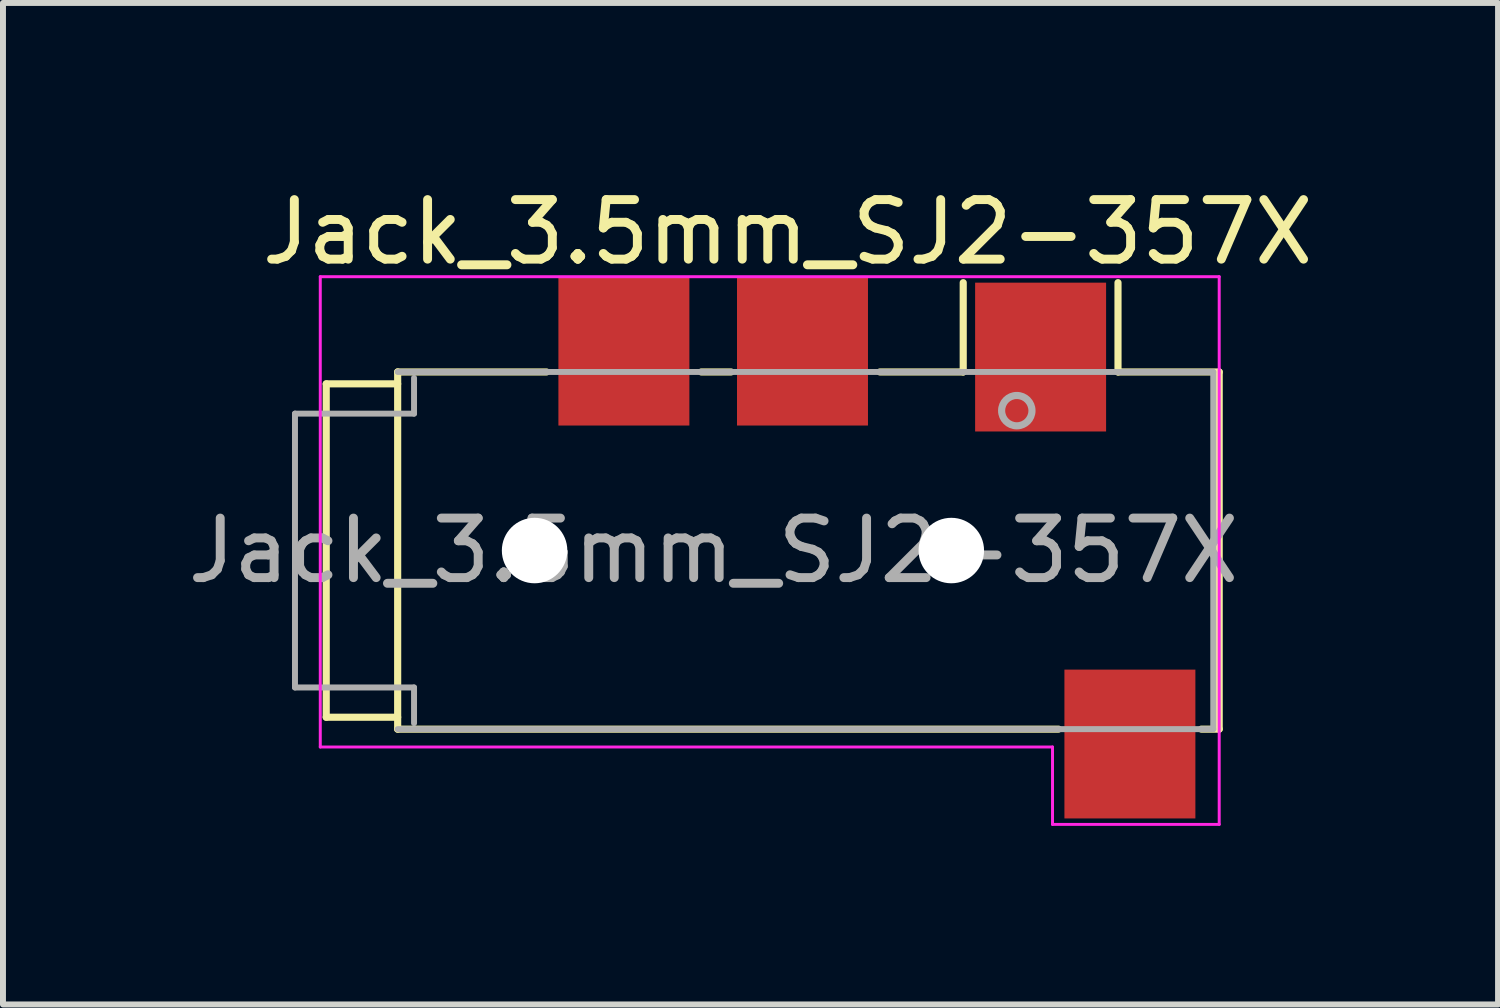
<source format=kicad_pcb>
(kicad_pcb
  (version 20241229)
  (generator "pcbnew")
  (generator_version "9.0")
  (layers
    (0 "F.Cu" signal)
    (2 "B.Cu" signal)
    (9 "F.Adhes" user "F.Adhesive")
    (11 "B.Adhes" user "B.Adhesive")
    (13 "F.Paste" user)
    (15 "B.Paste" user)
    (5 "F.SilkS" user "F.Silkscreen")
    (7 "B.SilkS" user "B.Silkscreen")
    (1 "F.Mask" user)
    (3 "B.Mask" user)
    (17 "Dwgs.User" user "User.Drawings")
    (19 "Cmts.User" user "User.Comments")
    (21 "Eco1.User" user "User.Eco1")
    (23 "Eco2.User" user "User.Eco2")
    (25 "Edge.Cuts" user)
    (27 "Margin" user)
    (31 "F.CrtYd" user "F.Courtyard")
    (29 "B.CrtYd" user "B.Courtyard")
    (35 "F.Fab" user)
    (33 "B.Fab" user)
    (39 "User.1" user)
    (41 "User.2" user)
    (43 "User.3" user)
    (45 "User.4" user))
  (footprint "Jack_3.5mm_SJ2-357X"
    (layer "F.Cu")
    (at 3.63 6.198)
    (property "Reference" "Jack_3.5mm_SJ2-357X" (at 6.55 -5.35 0) (layer "F.SilkS") (effects (font (size 1 1) (thickness 0.15))))
    (attr smd)
    (fp_line (start -1.2 -2.8) (end -1.2 2.8) (stroke (width 0.12) (type solid)) (layer "F.SilkS"))
    (fp_line (start 0 -3) (end 2.5 -3) (stroke (width 0.12) (type solid)) (layer "F.SilkS"))
    (fp_line (start 0 -2.8) (end -1.2 -2.8) (stroke (width 0.12) (type solid)) (layer "F.SilkS"))
    (fp_line (start 0 2.8) (end -1.2 2.8) (stroke (width 0.12) (type solid)) (layer "F.SilkS"))
    (fp_line (start 0 3) (end 0 -3) (stroke (width 0.12) (type solid)) (layer "F.SilkS"))
    (fp_line (start 5.1 -3) (end 5.6 -3) (stroke (width 0.12) (type solid)) (layer "F.SilkS"))
    (fp_line (start 8.1 -3) (end 9.5 -3) (stroke (width 0.12) (type solid)) (layer "F.SilkS"))
    (fp_line (start 9.5 -3) (end 9.5 -4.5) (stroke (width 0.12) (type solid)) (layer "F.SilkS"))
    (fp_line (start 11.1 3) (end 0 3) (stroke (width 0.12) (type solid)) (layer "F.SilkS"))
    (fp_line (start 12.1 -3) (end 12.1 -4.5) (stroke (width 0.12) (type solid)) (layer "F.SilkS"))
    (fp_line (start 12.1 -3) (end 13.8 -3) (stroke (width 0.12) (type solid)) (layer "F.SilkS"))
    (fp_line (start 13.5 3) (end 13.8 3) (stroke (width 0.12) (type solid)) (layer "F.SilkS"))
    (fp_line (start 13.8 3) (end 13.8 -3) (stroke (width 0.12) (type solid)) (layer "F.SilkS"))
    (fp_line (start -1.3 -4.6) (end 13.8 -4.6) (stroke (width 0.05) (type solid)) (layer "F.CrtYd"))
    (fp_line (start -1.3 3.3) (end -1.3 -4.6) (stroke (width 0.05) (type solid)) (layer "F.CrtYd"))
    (fp_line (start -1.3 3.3) (end 11 3.3) (stroke (width 0.05) (type solid)) (layer "F.CrtYd"))
    (fp_line (start 11 3.3) (end 11 4.6) (stroke (width 0.05) (type solid)) (layer "F.CrtYd"))
    (fp_line (start 11 4.6) (end 13.8 4.6) (stroke (width 0.05) (type solid)) (layer "F.CrtYd"))
    (fp_line (start 13.8 4.6) (end 13.8 -4.6) (stroke (width 0.05) (type solid)) (layer "F.CrtYd"))
    (fp_line (start -1.725 -2.3) (end 0.275 -2.3) (stroke (width 0.1) (type solid)) (layer "F.Fab"))
    (fp_line (start -1.725 2.3) (end -1.725 -2.3) (stroke (width 0.1) (type solid)) (layer "F.Fab"))
    (fp_line (start 0 -3) (end 13.7 -3) (stroke (width 0.1) (type solid)) (layer "F.Fab"))
    (fp_line (start 0.275 -2.3) (end 0.275 -2.9) (stroke (width 0.1) (type solid)) (layer "F.Fab"))
    (fp_line (start 0.275 2.3) (end -1.725 2.3) (stroke (width 0.1) (type solid)) (layer "F.Fab"))
    (fp_line (start 0.275 2.9) (end 0.275 2.3) (stroke (width 0.1) (type solid)) (layer "F.Fab"))
    (fp_line (start 13.7 -3) (end 13.7 3) (stroke (width 0.1) (type solid)) (layer "F.Fab"))
    (fp_line (start 13.7 3) (end 0 3) (stroke (width 0.1) (type solid)) (layer "F.Fab"))
    (fp_circle (center 10.4 -2.35) (end 10.45 -2.1) (stroke (width 0.12) (type solid)) (fill no) (layer "F.Fab"))
    (fp_text user "${REFERENCE}" (at 5.305 0 0) (layer "F.Fab") (effects (font (size 1 1) (thickness 0.15))))
    (pad "" np_thru_hole circle (at 2.3 0) (size 1.1 1.1) (drill 1.1) (layers "*.Cu" "*.Mask"))
    (pad "" np_thru_hole circle (at 9.3 0) (size 1.1 1.1) (drill 1.1) (layers "*.Cu" "*.Mask"))
    (pad "1" smd rect (at 12.3 3.25) (size 2.2 2.5) (layers "F.Cu" "F.Mask" "F.Paste"))
    (pad "2" smd rect (at 10.8 -3.25) (size 2.2 2.5) (layers "F.Cu" "F.Mask" "F.Paste"))
    (pad "3" smd rect (at 6.8 -3.35) (size 2.2 2.5) (layers "F.Cu" "F.Mask" "F.Paste"))
    (pad "4" smd rect (at 3.8 -3.35) (size 2.2 2.5) (layers "F.Cu" "F.Mask" "F.Paste")))
  (gr_rect
    (start -3 -3)
    (end 22.114 13.823)
    (stroke (width 0.1) (type default))
    (fill no)
    (layer "Edge.Cuts")))
</source>
